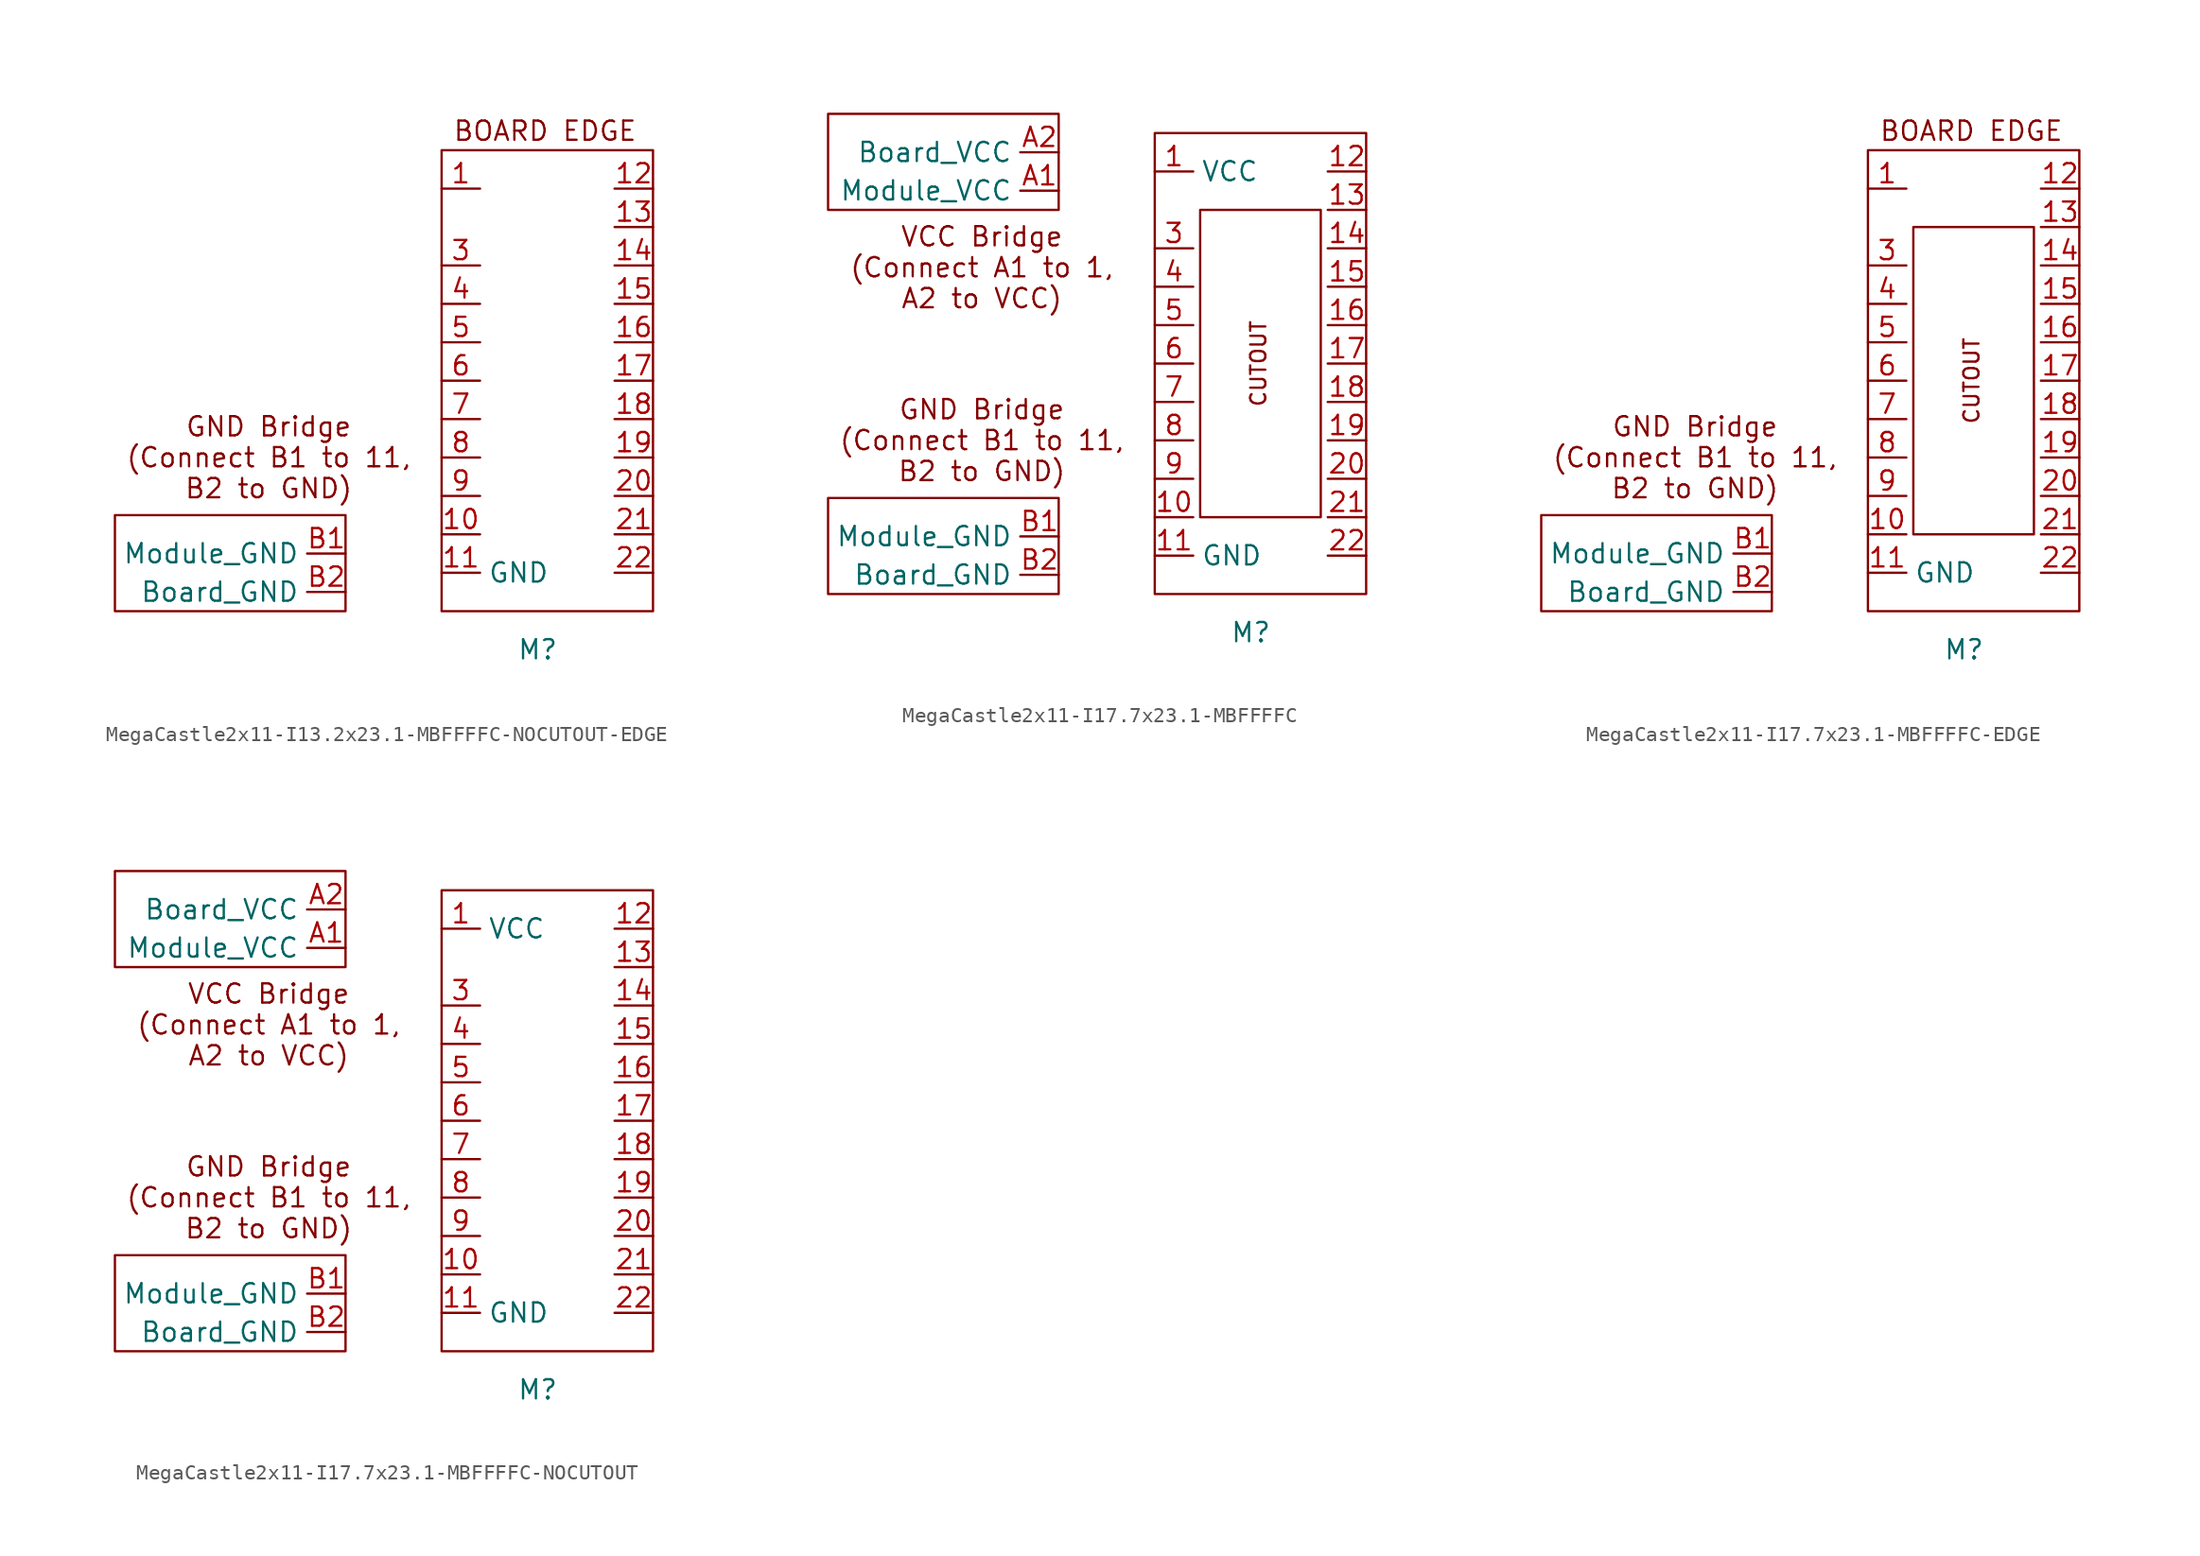
<source format=kicad_sym>
(kicad_symbol_lib
  (version 20231120)
  (generator "kicad_symbol_editor")
  (generator_version "8.0")
  (symbol "MegaCastle2x11-I13.2x23.1-MBFFFFC-NOCUTOUT-EDGE"
    (property "Reference" "M"
      (at 0 -17.78 0)
      (effects (font (size 1.27 1.27))))
    (property "Value" ""
      (at 0 5.08 0)
      (effects (font (size 1.27 1.27))))
    (symbol "MegaCastle2x11-I13.2x23.1-MBFFFFC-NOCUTOUT-EDGE_0_1"
      (rectangle (start -27.94 -8.89) (end -12.7 -15.24) (stroke (width 0) (type default)) (fill (type none)))
      (rectangle (start -6.35 15.24) (end 7.62 -15.24) (stroke (width 0) (type default)) (fill (type none))))
    (symbol "MegaCastle2x11-I13.2x23.1-MBFFFFC-NOCUTOUT-EDGE_1_1"
      (text "GND Bridge\n(Connect B1 to 11,\nB2 to GND)" (at -17.78 -5.08 0) (effects (font (size 1.27 1.27))))
      (text " BOARD EDGE" (at 0 16.51 0) (effects (font (size 1.27 1.27))))
      (pin bidirectional line (at -6.35 12.7 0) (length 2.54) (name "" (effects (font (size 1.27 1.27)))) (number "1" (effects (font (size 1.27 1.27)))))
      (pin bidirectional line (at -6.35 7.62 0) (length 2.54) (name "" (effects (font (size 1.27 1.27)))) (number "3" (effects (font (size 1.27 1.27)))))
      (pin bidirectional line (at -6.35 5.08 0) (length 2.54) (name "" (effects (font (size 1.27 1.27)))) (number "4" (effects (font (size 1.27 1.27)))))
      (pin bidirectional line (at -6.35 2.54 0) (length 2.54) (name "" (effects (font (size 1.27 1.27)))) (number "5" (effects (font (size 1.27 1.27)))))
      (pin bidirectional line (at -6.35 0 0) (length 2.54) (name "" (effects (font (size 1.27 1.27)))) (number "6" (effects (font (size 1.27 1.27)))))
      (pin bidirectional line (at -6.35 -2.54 0) (length 2.54) (name "" (effects (font (size 1.27 1.27)))) (number "7" (effects (font (size 1.27 1.27)))))
      (pin bidirectional line (at -6.35 -5.08 0) (length 2.54) (name "" (effects (font (size 1.27 1.27)))) (number "8" (effects (font (size 1.27 1.27)))))
      (pin bidirectional line (at -6.35 -7.62 0) (length 2.54) (name "" (effects (font (size 1.27 1.27)))) (number "9" (effects (font (size 1.27 1.27)))))
      (pin bidirectional line (at -6.35 -10.16 0) (length 2.54) (name "" (effects (font (size 1.27 1.27)))) (number "10" (effects (font (size 1.27 1.27)))))
      (pin bidirectional line (at -6.35 -12.7 0) (length 2.54) (name "GND" (effects (font (size 1.27 1.27)))) (number "11" (effects (font (size 1.27 1.27)))))
      (pin bidirectional line (at 7.62 12.7 180) (length 2.54) (name "" (effects (font (size 1.27 1.27)))) (number "12" (effects (font (size 1.27 1.27)))))
      (pin bidirectional line (at 7.62 10.16 180) (length 2.54) (name "" (effects (font (size 1.27 1.27)))) (number "13" (effects (font (size 1.27 1.27)))))
      (pin bidirectional line (at 7.62 7.62 180) (length 2.54) (name "" (effects (font (size 1.27 1.27)))) (number "14" (effects (font (size 1.27 1.27)))))
      (pin bidirectional line (at 7.62 5.08 180) (length 2.54) (name "" (effects (font (size 1.27 1.27)))) (number "15" (effects (font (size 1.27 1.27)))))
      (pin bidirectional line (at 7.62 2.54 180) (length 2.54) (name "" (effects (font (size 1.27 1.27)))) (number "16" (effects (font (size 1.27 1.27)))))
      (pin bidirectional line (at 7.62 0 180) (length 2.54) (name "" (effects (font (size 1.27 1.27)))) (number "17" (effects (font (size 1.27 1.27)))))
      (pin bidirectional line (at 7.62 -2.54 180) (length 2.54) (name "" (effects (font (size 1.27 1.27)))) (number "18" (effects (font (size 1.27 1.27)))))
      (pin bidirectional line (at 7.62 -5.08 180) (length 2.54) (name "" (effects (font (size 1.27 1.27)))) (number "19" (effects (font (size 1.27 1.27)))))
      (pin bidirectional line (at 7.62 -7.62 180) (length 2.54) (name "" (effects (font (size 1.27 1.27)))) (number "20" (effects (font (size 1.27 1.27)))))
      (pin bidirectional line (at 7.62 -10.16 180) (length 2.54) (name "" (effects (font (size 1.27 1.27)))) (number "21" (effects (font (size 1.27 1.27)))))
      (pin bidirectional line (at 7.62 -12.7 180) (length 2.54) (name "" (effects (font (size 1.27 1.27)))) (number "22" (effects (font (size 1.27 1.27)))))
      (pin bidirectional line (at -12.7 -11.43 180) (length 2.54) (name "Module_GND" (effects (font (size 1.27 1.27)))) (number "B1" (effects (font (size 1.27 1.27)))))
      (pin bidirectional line (at -12.7 -13.97 180) (length 2.54) (name "Board_GND" (effects (font (size 1.27 1.27)))) (number "B2" (effects (font (size 1.27 1.27)))))))
  (symbol "MegaCastle2x11-I17.7x23.1-MBFFFFC"
    (property "Reference" "M"
      (at 0 -17.78 0)
      (effects (font (size 1.27 1.27))))
    (property "Value" ""
      (at 0 5.08 0)
      (effects (font (size 1.27 1.27))))
    (symbol "MegaCastle2x11-I17.7x23.1-MBFFFFC_0_1"
      (rectangle (start -27.94 16.51) (end -12.7 10.16) (stroke (width 0) (type default)) (fill (type none)))
      (rectangle (start -27.94 -8.89) (end -12.7 -15.24) (stroke (width 0) (type default)) (fill (type none)))
      (rectangle (start -6.35 15.24) (end 7.62 -15.24) (stroke (width 0) (type default)) (fill (type none)))
      (rectangle (start -3.35 10.16) (end 4.62 -10.16) (stroke (width 0) (type default)) (fill (type none))))
    (symbol "MegaCastle2x11-I17.7x23.1-MBFFFFC_1_1"
      (text "GND Bridge\n(Connect B1 to 11,\nB2 to GND)" (at -17.78 -5.08 0) (effects (font (size 1.27 1.27))))
      (text "VCC Bridge\n(Connect A1 to 1,\nA2 to VCC)" (at -17.78 6.35 0) (effects (font (size 1.27 1.27))))
      (text "CUTOUT" (at 0.5 0 900) (effects (font (size 1 1))))
      (pin bidirectional line (at -6.35 12.7 0) (length 2.54) (name "VCC" (effects (font (size 1.27 1.27)))) (number "1" (effects (font (size 1.27 1.27)))))
      (pin bidirectional line (at -6.35 7.62 0) (length 2.54) (name "" (effects (font (size 1.27 1.27)))) (number "3" (effects (font (size 1.27 1.27)))))
      (pin bidirectional line (at -6.35 5.08 0) (length 2.54) (name "" (effects (font (size 1.27 1.27)))) (number "4" (effects (font (size 1.27 1.27)))))
      (pin bidirectional line (at -6.35 2.54 0) (length 2.54) (name "" (effects (font (size 1.27 1.27)))) (number "5" (effects (font (size 1.27 1.27)))))
      (pin bidirectional line (at -6.35 0 0) (length 2.54) (name "" (effects (font (size 1.27 1.27)))) (number "6" (effects (font (size 1.27 1.27)))))
      (pin bidirectional line (at -6.35 -2.54 0) (length 2.54) (name "" (effects (font (size 1.27 1.27)))) (number "7" (effects (font (size 1.27 1.27)))))
      (pin bidirectional line (at -6.35 -5.08 0) (length 2.54) (name "" (effects (font (size 1.27 1.27)))) (number "8" (effects (font (size 1.27 1.27)))))
      (pin bidirectional line (at -6.35 -7.62 0) (length 2.54) (name "" (effects (font (size 1.27 1.27)))) (number "9" (effects (font (size 1.27 1.27)))))
      (pin bidirectional line (at -6.35 -10.16 0) (length 2.54) (name "" (effects (font (size 1.27 1.27)))) (number "10" (effects (font (size 1.27 1.27)))))
      (pin bidirectional line (at -6.35 -12.7 0) (length 2.54) (name "GND" (effects (font (size 1.27 1.27)))) (number "11" (effects (font (size 1.27 1.27)))))
      (pin bidirectional line (at 7.62 12.7 180) (length 2.54) (name "" (effects (font (size 1.27 1.27)))) (number "12" (effects (font (size 1.27 1.27)))))
      (pin bidirectional line (at 7.62 10.16 180) (length 2.54) (name "" (effects (font (size 1.27 1.27)))) (number "13" (effects (font (size 1.27 1.27)))))
      (pin bidirectional line (at 7.62 7.62 180) (length 2.54) (name "" (effects (font (size 1.27 1.27)))) (number "14" (effects (font (size 1.27 1.27)))))
      (pin bidirectional line (at 7.62 5.08 180) (length 2.54) (name "" (effects (font (size 1.27 1.27)))) (number "15" (effects (font (size 1.27 1.27)))))
      (pin bidirectional line (at 7.62 2.54 180) (length 2.54) (name "" (effects (font (size 1.27 1.27)))) (number "16" (effects (font (size 1.27 1.27)))))
      (pin bidirectional line (at 7.62 0 180) (length 2.54) (name "" (effects (font (size 1.27 1.27)))) (number "17" (effects (font (size 1.27 1.27)))))
      (pin bidirectional line (at 7.62 -2.54 180) (length 2.54) (name "" (effects (font (size 1.27 1.27)))) (number "18" (effects (font (size 1.27 1.27)))))
      (pin bidirectional line (at 7.62 -5.08 180) (length 2.54) (name "" (effects (font (size 1.27 1.27)))) (number "19" (effects (font (size 1.27 1.27)))))
      (pin bidirectional line (at 7.62 -7.62 180) (length 2.54) (name "" (effects (font (size 1.27 1.27)))) (number "20" (effects (font (size 1.27 1.27)))))
      (pin bidirectional line (at 7.62 -10.16 180) (length 2.54) (name "" (effects (font (size 1.27 1.27)))) (number "21" (effects (font (size 1.27 1.27)))))
      (pin bidirectional line (at 7.62 -12.7 180) (length 2.54) (name "" (effects (font (size 1.27 1.27)))) (number "22" (effects (font (size 1.27 1.27)))))
      (pin bidirectional line (at -12.7 11.43 180) (length 2.54) (name "Module_VCC" (effects (font (size 1.27 1.27)))) (number "A1" (effects (font (size 1.27 1.27)))))
      (pin bidirectional line (at -12.7 13.97 180) (length 2.54) (name "Board_VCC" (effects (font (size 1.27 1.27)))) (number "A2" (effects (font (size 1.27 1.27)))))
      (pin bidirectional line (at -12.7 -11.43 180) (length 2.54) (name "Module_GND" (effects (font (size 1.27 1.27)))) (number "B1" (effects (font (size 1.27 1.27)))))
      (pin bidirectional line (at -12.7 -13.97 180) (length 2.54) (name "Board_GND" (effects (font (size 1.27 1.27)))) (number "B2" (effects (font (size 1.27 1.27)))))))
  (symbol "MegaCastle2x11-I17.7x23.1-MBFFFFC-EDGE"
    (property "Reference" "M"
      (at 0 -17.78 0)
      (effects (font (size 1.27 1.27))))
    (property "Value" ""
      (at 0 5.08 0)
      (effects (font (size 1.27 1.27))))
    (symbol "MegaCastle2x11-I17.7x23.1-MBFFFFC-EDGE_0_1"
      (rectangle (start -27.94 -8.89) (end -12.7 -15.24) (stroke (width 0) (type default)) (fill (type none)))
      (rectangle (start -6.35 15.24) (end 7.62 -15.24) (stroke (width 0) (type default)) (fill (type none)))
      (rectangle (start -3.35 10.16) (end 4.62 -10.16) (stroke (width 0) (type default)) (fill (type none))))
    (symbol "MegaCastle2x11-I17.7x23.1-MBFFFFC-EDGE_1_1"
      (text "GND Bridge\n(Connect B1 to 11,\nB2 to GND)" (at -17.78 -5.08 0) (effects (font (size 1.27 1.27))))
      (text " BOARD EDGE" (at 0 16.51 0) (effects (font (size 1.27 1.27))))
      (text "CUTOUT" (at 0.5 0 900) (effects (font (size 1 1))))
      (pin bidirectional line (at -6.35 12.7 0) (length 2.54) (name "" (effects (font (size 1.27 1.27)))) (number "1" (effects (font (size 1.27 1.27)))))
      (pin bidirectional line (at -6.35 7.62 0) (length 2.54) (name "" (effects (font (size 1.27 1.27)))) (number "3" (effects (font (size 1.27 1.27)))))
      (pin bidirectional line (at -6.35 5.08 0) (length 2.54) (name "" (effects (font (size 1.27 1.27)))) (number "4" (effects (font (size 1.27 1.27)))))
      (pin bidirectional line (at -6.35 2.54 0) (length 2.54) (name "" (effects (font (size 1.27 1.27)))) (number "5" (effects (font (size 1.27 1.27)))))
      (pin bidirectional line (at -6.35 0 0) (length 2.54) (name "" (effects (font (size 1.27 1.27)))) (number "6" (effects (font (size 1.27 1.27)))))
      (pin bidirectional line (at -6.35 -2.54 0) (length 2.54) (name "" (effects (font (size 1.27 1.27)))) (number "7" (effects (font (size 1.27 1.27)))))
      (pin bidirectional line (at -6.35 -5.08 0) (length 2.54) (name "" (effects (font (size 1.27 1.27)))) (number "8" (effects (font (size 1.27 1.27)))))
      (pin bidirectional line (at -6.35 -7.62 0) (length 2.54) (name "" (effects (font (size 1.27 1.27)))) (number "9" (effects (font (size 1.27 1.27)))))
      (pin bidirectional line (at -6.35 -10.16 0) (length 2.54) (name "" (effects (font (size 1.27 1.27)))) (number "10" (effects (font (size 1.27 1.27)))))
      (pin bidirectional line (at -6.35 -12.7 0) (length 2.54) (name "GND" (effects (font (size 1.27 1.27)))) (number "11" (effects (font (size 1.27 1.27)))))
      (pin bidirectional line (at 7.62 12.7 180) (length 2.54) (name "" (effects (font (size 1.27 1.27)))) (number "12" (effects (font (size 1.27 1.27)))))
      (pin bidirectional line (at 7.62 10.16 180) (length 2.54) (name "" (effects (font (size 1.27 1.27)))) (number "13" (effects (font (size 1.27 1.27)))))
      (pin bidirectional line (at 7.62 7.62 180) (length 2.54) (name "" (effects (font (size 1.27 1.27)))) (number "14" (effects (font (size 1.27 1.27)))))
      (pin bidirectional line (at 7.62 5.08 180) (length 2.54) (name "" (effects (font (size 1.27 1.27)))) (number "15" (effects (font (size 1.27 1.27)))))
      (pin bidirectional line (at 7.62 2.54 180) (length 2.54) (name "" (effects (font (size 1.27 1.27)))) (number "16" (effects (font (size 1.27 1.27)))))
      (pin bidirectional line (at 7.62 0 180) (length 2.54) (name "" (effects (font (size 1.27 1.27)))) (number "17" (effects (font (size 1.27 1.27)))))
      (pin bidirectional line (at 7.62 -2.54 180) (length 2.54) (name "" (effects (font (size 1.27 1.27)))) (number "18" (effects (font (size 1.27 1.27)))))
      (pin bidirectional line (at 7.62 -5.08 180) (length 2.54) (name "" (effects (font (size 1.27 1.27)))) (number "19" (effects (font (size 1.27 1.27)))))
      (pin bidirectional line (at 7.62 -7.62 180) (length 2.54) (name "" (effects (font (size 1.27 1.27)))) (number "20" (effects (font (size 1.27 1.27)))))
      (pin bidirectional line (at 7.62 -10.16 180) (length 2.54) (name "" (effects (font (size 1.27 1.27)))) (number "21" (effects (font (size 1.27 1.27)))))
      (pin bidirectional line (at 7.62 -12.7 180) (length 2.54) (name "" (effects (font (size 1.27 1.27)))) (number "22" (effects (font (size 1.27 1.27)))))
      (pin bidirectional line (at -12.7 -11.43 180) (length 2.54) (name "Module_GND" (effects (font (size 1.27 1.27)))) (number "B1" (effects (font (size 1.27 1.27)))))
      (pin bidirectional line (at -12.7 -13.97 180) (length 2.54) (name "Board_GND" (effects (font (size 1.27 1.27)))) (number "B2" (effects (font (size 1.27 1.27)))))))
  (symbol "MegaCastle2x11-I17.7x23.1-MBFFFFC-NOCUTOUT"
    (property "Reference" "M"
      (at 0 -17.78 0)
      (effects (font (size 1.27 1.27))))
    (property "Value" ""
      (at 0 5.08 0)
      (effects (font (size 1.27 1.27))))
    (symbol "MegaCastle2x11-I17.7x23.1-MBFFFFC-NOCUTOUT_0_1"
      (rectangle (start -27.94 16.51) (end -12.7 10.16) (stroke (width 0) (type default)) (fill (type none)))
      (rectangle (start -27.94 -8.89) (end -12.7 -15.24) (stroke (width 0) (type default)) (fill (type none)))
      (rectangle (start -6.35 15.24) (end 7.62 -15.24) (stroke (width 0) (type default)) (fill (type none))))
    (symbol "MegaCastle2x11-I17.7x23.1-MBFFFFC-NOCUTOUT_1_1"
      (text "GND Bridge\n(Connect B1 to 11,\nB2 to GND)" (at -17.78 -5.08 0) (effects (font (size 1.27 1.27))))
      (text "VCC Bridge\n(Connect A1 to 1,\nA2 to VCC)" (at -17.78 6.35 0) (effects (font (size 1.27 1.27))))
      (pin bidirectional line (at -6.35 12.7 0) (length 2.54) (name "VCC" (effects (font (size 1.27 1.27)))) (number "1" (effects (font (size 1.27 1.27)))))
      (pin bidirectional line (at -6.35 7.62 0) (length 2.54) (name "" (effects (font (size 1.27 1.27)))) (number "3" (effects (font (size 1.27 1.27)))))
      (pin bidirectional line (at -6.35 5.08 0) (length 2.54) (name "" (effects (font (size 1.27 1.27)))) (number "4" (effects (font (size 1.27 1.27)))))
      (pin bidirectional line (at -6.35 2.54 0) (length 2.54) (name "" (effects (font (size 1.27 1.27)))) (number "5" (effects (font (size 1.27 1.27)))))
      (pin bidirectional line (at -6.35 0 0) (length 2.54) (name "" (effects (font (size 1.27 1.27)))) (number "6" (effects (font (size 1.27 1.27)))))
      (pin bidirectional line (at -6.35 -2.54 0) (length 2.54) (name "" (effects (font (size 1.27 1.27)))) (number "7" (effects (font (size 1.27 1.27)))))
      (pin bidirectional line (at -6.35 -5.08 0) (length 2.54) (name "" (effects (font (size 1.27 1.27)))) (number "8" (effects (font (size 1.27 1.27)))))
      (pin bidirectional line (at -6.35 -7.62 0) (length 2.54) (name "" (effects (font (size 1.27 1.27)))) (number "9" (effects (font (size 1.27 1.27)))))
      (pin bidirectional line (at -6.35 -10.16 0) (length 2.54) (name "" (effects (font (size 1.27 1.27)))) (number "10" (effects (font (size 1.27 1.27)))))
      (pin bidirectional line (at -6.35 -12.7 0) (length 2.54) (name "GND" (effects (font (size 1.27 1.27)))) (number "11" (effects (font (size 1.27 1.27)))))
      (pin bidirectional line (at 7.62 12.7 180) (length 2.54) (name "" (effects (font (size 1.27 1.27)))) (number "12" (effects (font (size 1.27 1.27)))))
      (pin bidirectional line (at 7.62 10.16 180) (length 2.54) (name "" (effects (font (size 1.27 1.27)))) (number "13" (effects (font (size 1.27 1.27)))))
      (pin bidirectional line (at 7.62 7.62 180) (length 2.54) (name "" (effects (font (size 1.27 1.27)))) (number "14" (effects (font (size 1.27 1.27)))))
      (pin bidirectional line (at 7.62 5.08 180) (length 2.54) (name "" (effects (font (size 1.27 1.27)))) (number "15" (effects (font (size 1.27 1.27)))))
      (pin bidirectional line (at 7.62 2.54 180) (length 2.54) (name "" (effects (font (size 1.27 1.27)))) (number "16" (effects (font (size 1.27 1.27)))))
      (pin bidirectional line (at 7.62 0 180) (length 2.54) (name "" (effects (font (size 1.27 1.27)))) (number "17" (effects (font (size 1.27 1.27)))))
      (pin bidirectional line (at 7.62 -2.54 180) (length 2.54) (name "" (effects (font (size 1.27 1.27)))) (number "18" (effects (font (size 1.27 1.27)))))
      (pin bidirectional line (at 7.62 -5.08 180) (length 2.54) (name "" (effects (font (size 1.27 1.27)))) (number "19" (effects (font (size 1.27 1.27)))))
      (pin bidirectional line (at 7.62 -7.62 180) (length 2.54) (name "" (effects (font (size 1.27 1.27)))) (number "20" (effects (font (size 1.27 1.27)))))
      (pin bidirectional line (at 7.62 -10.16 180) (length 2.54) (name "" (effects (font (size 1.27 1.27)))) (number "21" (effects (font (size 1.27 1.27)))))
      (pin bidirectional line (at 7.62 -12.7 180) (length 2.54) (name "" (effects (font (size 1.27 1.27)))) (number "22" (effects (font (size 1.27 1.27)))))
      (pin bidirectional line (at -12.7 11.43 180) (length 2.54) (name "Module_VCC" (effects (font (size 1.27 1.27)))) (number "A1" (effects (font (size 1.27 1.27)))))
      (pin bidirectional line (at -12.7 13.97 180) (length 2.54) (name "Board_VCC" (effects (font (size 1.27 1.27)))) (number "A2" (effects (font (size 1.27 1.27)))))
      (pin bidirectional line (at -12.7 -11.43 180) (length 2.54) (name "Module_GND" (effects (font (size 1.27 1.27)))) (number "B1" (effects (font (size 1.27 1.27)))))
      (pin bidirectional line (at -12.7 -13.97 180) (length 2.54) (name "Board_GND" (effects (font (size 1.27 1.27)))) (number "B2" (effects (font (size 1.27 1.27))))))))
</source>
